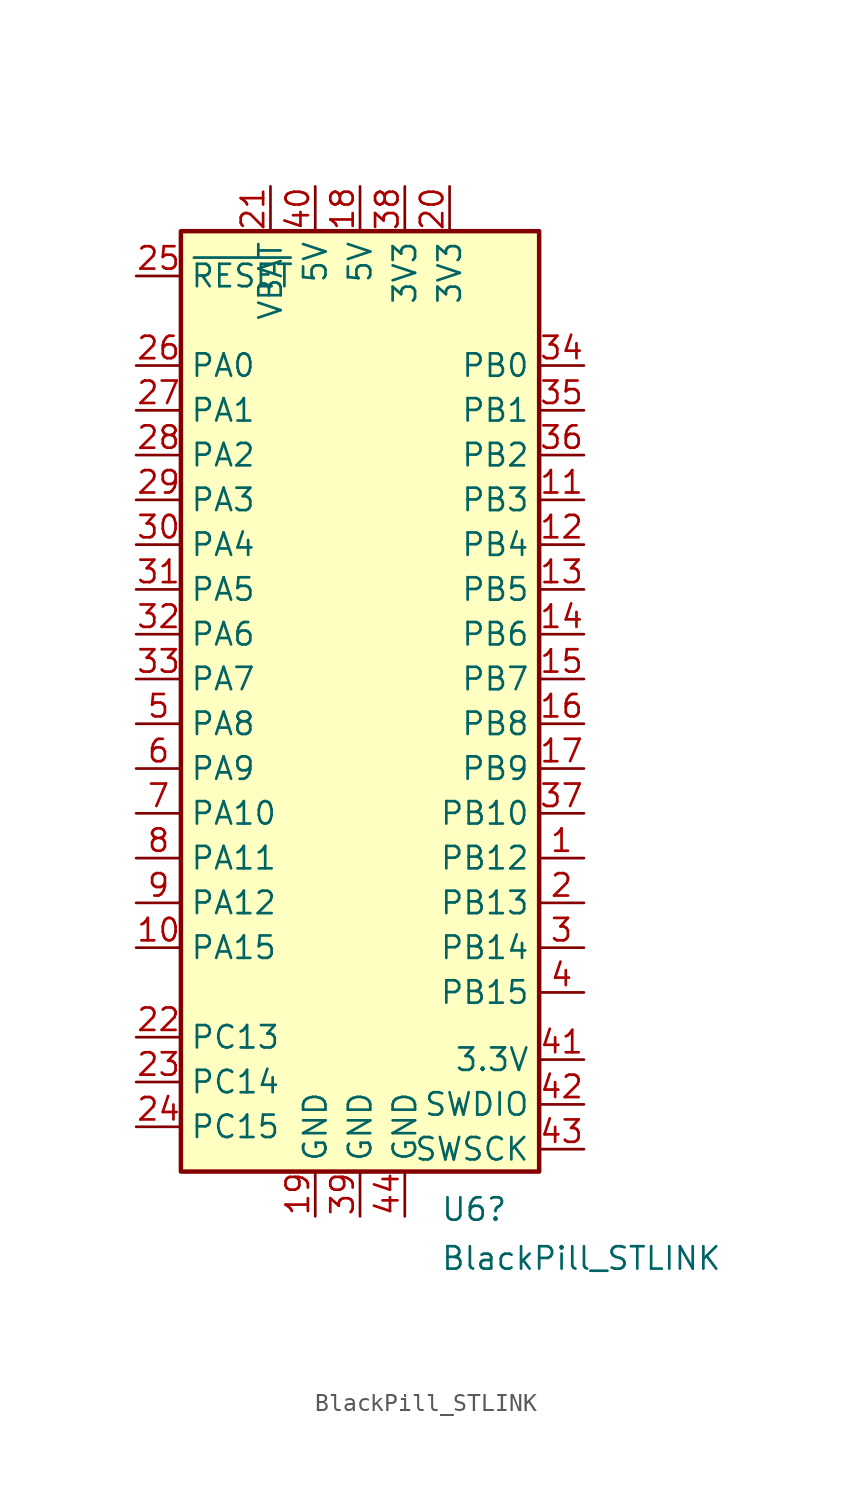
<source format=kicad_sym>
(kicad_symbol_lib
  (version 20231120)
  (generator "kicad_symbol_editor")
  (generator_version "8.0")
  (symbol "BlackPill_STLINK"
    (property "Reference" "U6"
      (at 4.559 -27.549 0)
      (effects (font (size 1.27 1.27)) (justify left)))
    (property "Value" "BlackPill_STLINK"
      (at 4.559 -30.325 0)
      (effects (font (size 1.27 1.27)) (justify left)))
    (symbol "BlackPill_STLINK_0_1"
      (rectangle (start -10.16 27.94) (end 10.16 -25.4) (stroke (width 0.254) (type default)) (fill (type background))))
    (symbol "BlackPill_STLINK_1_1"
      (pin bidirectional line (at 12.7 -7.62 180) (length 2.54) (name "PB12" (effects (font (size 1.27 1.27)))) (number "1" (effects (font (size 1.27 1.27)))))
      (pin bidirectional line (at -12.7 -12.7 0) (length 2.54) (name "PA15" (effects (font (size 1.27 1.27)))) (number "10" (effects (font (size 1.27 1.27)))))
      (pin bidirectional line (at 12.7 12.7 180) (length 2.54) (name "PB3" (effects (font (size 1.27 1.27)))) (number "11" (effects (font (size 1.27 1.27)))))
      (pin bidirectional line (at 12.7 10.16 180) (length 2.54) (name "PB4" (effects (font (size 1.27 1.27)))) (number "12" (effects (font (size 1.27 1.27)))))
      (pin bidirectional line (at 12.7 7.62 180) (length 2.54) (name "PB5" (effects (font (size 1.27 1.27)))) (number "13" (effects (font (size 1.27 1.27)))))
      (pin bidirectional line (at 12.7 5.08 180) (length 2.54) (name "PB6" (effects (font (size 1.27 1.27)))) (number "14" (effects (font (size 1.27 1.27)))))
      (pin bidirectional line (at 12.7 2.54 180) (length 2.54) (name "PB7" (effects (font (size 1.27 1.27)))) (number "15" (effects (font (size 1.27 1.27)))))
      (pin bidirectional line (at 12.7 0 180) (length 2.54) (name "PB8" (effects (font (size 1.27 1.27)))) (number "16" (effects (font (size 1.27 1.27)))))
      (pin bidirectional line (at 12.7 -2.54 180) (length 2.54) (name "PB9" (effects (font (size 1.27 1.27)))) (number "17" (effects (font (size 1.27 1.27)))))
      (pin power_in line (at 0 30.48 270) (length 2.54) (name "5V" (effects (font (size 1.27 1.27)))) (number "18" (effects (font (size 1.27 1.27)))))
      (pin power_in line (at -2.54 -27.94 90) (length 2.54) (name "GND" (effects (font (size 1.27 1.27)))) (number "19" (effects (font (size 1.27 1.27)))))
      (pin bidirectional line (at 12.7 -10.16 180) (length 2.54) (name "PB13" (effects (font (size 1.27 1.27)))) (number "2" (effects (font (size 1.27 1.27)))))
      (pin power_out line (at 5.08 30.48 270) (length 2.54) (name "3V3" (effects (font (size 1.27 1.27)))) (number "20" (effects (font (size 1.27 1.27)))))
      (pin power_in line (at -5.08 30.48 270) (length 2.54) (name "VBAT" (effects (font (size 1.27 1.27)))) (number "21" (effects (font (size 1.27 1.27)))))
      (pin bidirectional line (at -12.7 -17.78 0) (length 2.54) (name "PC13" (effects (font (size 1.27 1.27)))) (number "22" (effects (font (size 1.27 1.27)))))
      (pin bidirectional line (at -12.7 -20.32 0) (length 2.54) (name "PC14" (effects (font (size 1.27 1.27)))) (number "23" (effects (font (size 1.27 1.27)))))
      (pin bidirectional line (at -12.7 -22.86 0) (length 2.54) (name "PC15" (effects (font (size 1.27 1.27)))) (number "24" (effects (font (size 1.27 1.27)))))
      (pin input line (at -12.7 25.4 0) (length 2.54) (name "~{RESET}" (effects (font (size 1.27 1.27)))) (number "25" (effects (font (size 1.27 1.27)))))
      (pin bidirectional line (at -12.7 20.32 0) (length 2.54) (name "PA0" (effects (font (size 1.27 1.27)))) (number "26" (effects (font (size 1.27 1.27)))))
      (pin bidirectional line (at -12.7 17.78 0) (length 2.54) (name "PA1" (effects (font (size 1.27 1.27)))) (number "27" (effects (font (size 1.27 1.27)))))
      (pin bidirectional line (at -12.7 15.24 0) (length 2.54) (name "PA2" (effects (font (size 1.27 1.27)))) (number "28" (effects (font (size 1.27 1.27)))))
      (pin bidirectional line (at -12.7 12.7 0) (length 2.54) (name "PA3" (effects (font (size 1.27 1.27)))) (number "29" (effects (font (size 1.27 1.27)))))
      (pin bidirectional line (at 12.7 -12.7 180) (length 2.54) (name "PB14" (effects (font (size 1.27 1.27)))) (number "3" (effects (font (size 1.27 1.27)))))
      (pin bidirectional line (at -12.7 10.16 0) (length 2.54) (name "PA4" (effects (font (size 1.27 1.27)))) (number "30" (effects (font (size 1.27 1.27)))))
      (pin bidirectional line (at -12.7 7.62 0) (length 2.54) (name "PA5" (effects (font (size 1.27 1.27)))) (number "31" (effects (font (size 1.27 1.27)))))
      (pin bidirectional line (at -12.7 5.08 0) (length 2.54) (name "PA6" (effects (font (size 1.27 1.27)))) (number "32" (effects (font (size 1.27 1.27)))))
      (pin bidirectional line (at -12.7 2.54 0) (length 2.54) (name "PA7" (effects (font (size 1.27 1.27)))) (number "33" (effects (font (size 1.27 1.27)))))
      (pin bidirectional line (at 12.7 20.32 180) (length 2.54) (name "PB0" (effects (font (size 1.27 1.27)))) (number "34" (effects (font (size 1.27 1.27)))))
      (pin bidirectional line (at 12.7 17.78 180) (length 2.54) (name "PB1" (effects (font (size 1.27 1.27)))) (number "35" (effects (font (size 1.27 1.27)))))
      (pin bidirectional line (at 12.7 15.24 180) (length 2.54) (name "PB2" (effects (font (size 1.27 1.27)))) (number "36" (effects (font (size 1.27 1.27)))))
      (pin bidirectional line (at 12.7 -5.08 180) (length 2.54) (name "PB10" (effects (font (size 1.27 1.27)))) (number "37" (effects (font (size 1.27 1.27)))))
      (pin power_out line (at 2.54 30.48 270) (length 2.54) (name "3V3" (effects (font (size 1.27 1.27)))) (number "38" (effects (font (size 1.27 1.27)))))
      (pin power_in line (at 0 -27.94 90) (length 2.54) (name "GND" (effects (font (size 1.27 1.27)))) (number "39" (effects (font (size 1.27 1.27)))))
      (pin bidirectional line (at 12.7 -15.24 180) (length 2.54) (name "PB15" (effects (font (size 1.27 1.27)))) (number "4" (effects (font (size 1.27 1.27)))))
      (pin passive line (at -2.54 30.48 270) (length 2.54) (name "5V" (effects (font (size 1.27 1.27)))) (number "40" (effects (font (size 1.27 1.27)))))
      (pin power_out line (at 12.7 -19.05 180) (length 2.54) (name "3.3V" (effects (font (size 1.27 1.27)))) (number "41" (effects (font (size 1.27 1.27)))))
      (pin bidirectional line (at 12.7 -21.59 180) (length 2.54) (name "SWDIO" (effects (font (size 1.27 1.27)))) (number "42" (effects (font (size 1.27 1.27)))))
      (pin bidirectional line (at 12.7 -24.13 180) (length 2.54) (name "SWSCK" (effects (font (size 1.27 1.27)))) (number "43" (effects (font (size 1.27 1.27)))))
      (pin power_in line (at 2.54 -27.94 90) (length 2.54) (name "GND" (effects (font (size 1.27 1.27)))) (number "44" (effects (font (size 1.27 1.27)))))
      (pin bidirectional line (at -12.7 0 0) (length 2.54) (name "PA8" (effects (font (size 1.27 1.27)))) (number "5" (effects (font (size 1.27 1.27)))))
      (pin bidirectional line (at -12.7 -2.54 0) (length 2.54) (name "PA9" (effects (font (size 1.27 1.27)))) (number "6" (effects (font (size 1.27 1.27)))))
      (pin bidirectional line (at -12.7 -5.08 0) (length 2.54) (name "PA10" (effects (font (size 1.27 1.27)))) (number "7" (effects (font (size 1.27 1.27)))))
      (pin bidirectional line (at -12.7 -7.62 0) (length 2.54) (name "PA11" (effects (font (size 1.27 1.27)))) (number "8" (effects (font (size 1.27 1.27)))))
      (pin bidirectional line (at -12.7 -10.16 0) (length 2.54) (name "PA12" (effects (font (size 1.27 1.27)))) (number "9" (effects (font (size 1.27 1.27))))))))
</source>
